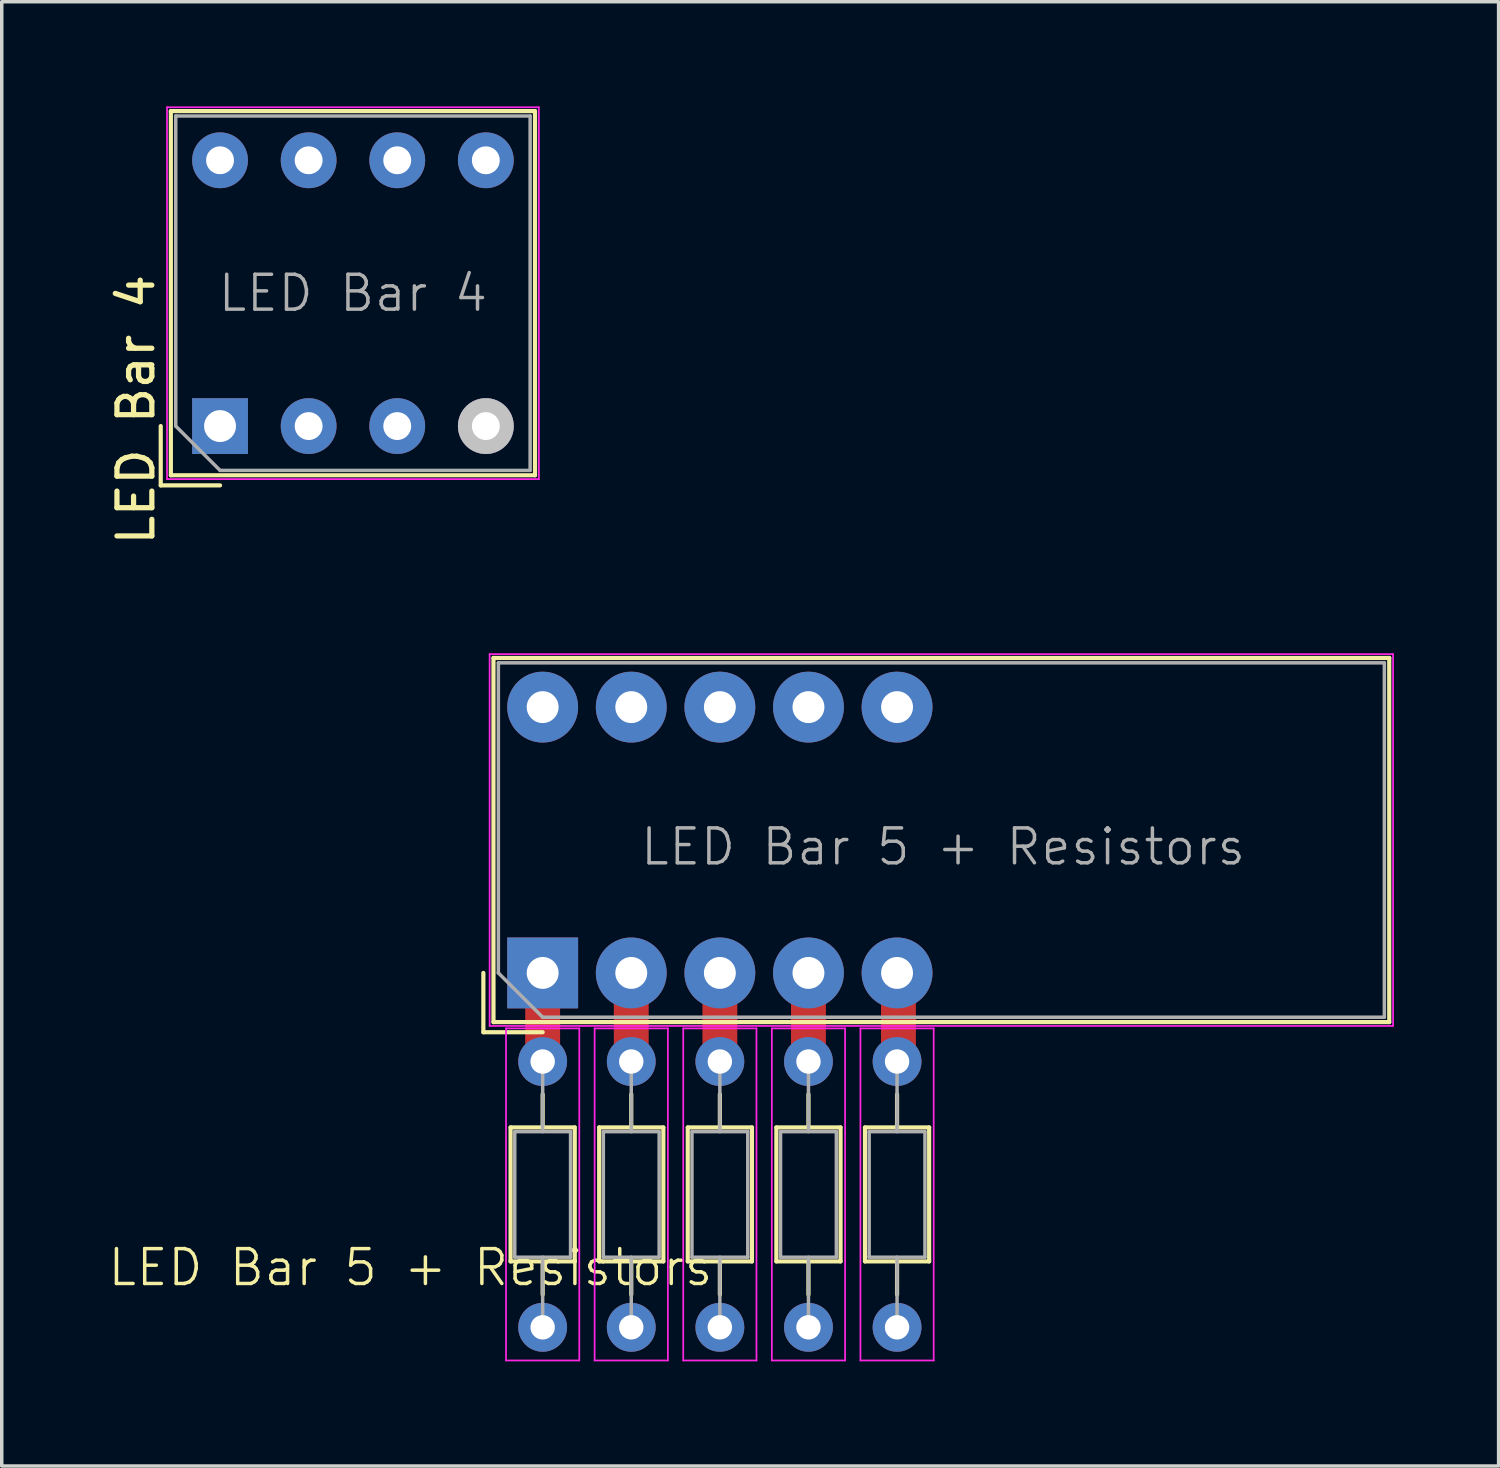
<source format=kicad_pcb>
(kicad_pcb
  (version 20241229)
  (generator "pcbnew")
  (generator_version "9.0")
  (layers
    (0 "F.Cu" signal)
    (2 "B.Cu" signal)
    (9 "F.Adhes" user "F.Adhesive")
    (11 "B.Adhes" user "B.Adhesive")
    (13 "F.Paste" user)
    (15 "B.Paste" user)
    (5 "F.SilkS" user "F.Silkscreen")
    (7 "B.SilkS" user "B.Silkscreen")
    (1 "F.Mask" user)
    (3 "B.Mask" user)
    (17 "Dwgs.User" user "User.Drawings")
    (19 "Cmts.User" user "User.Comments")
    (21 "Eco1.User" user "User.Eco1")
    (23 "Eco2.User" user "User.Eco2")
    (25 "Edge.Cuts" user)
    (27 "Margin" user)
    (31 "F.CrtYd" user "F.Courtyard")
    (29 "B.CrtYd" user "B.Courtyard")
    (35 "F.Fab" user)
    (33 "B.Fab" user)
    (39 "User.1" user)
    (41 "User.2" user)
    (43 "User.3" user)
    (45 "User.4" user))
  (footprint "LED Bar 4"
    (layer "F.Cu")
    (at 3.258 9.165)
    (property "Reference" "LED Bar 4" (at -2.41 -0.47 90) (layer "F.SilkS") (effects (font (size 1 1) (thickness 0.15))))
    (attr through_hole)
    (fp_line (start -1.7 0) (end -1.7 1.7) (stroke (width 0.12) (type solid)) (layer "F.SilkS"))
    (fp_line (start -1.7 1.7) (end 0 1.7) (stroke (width 0.12) (type solid)) (layer "F.SilkS"))
    (fp_line (start -1.41 -9.03) (end 9.03 -9.03) (stroke (width 0.12) (type solid)) (layer "F.SilkS"))
    (fp_line (start -1.41 1.41) (end -1.41 -9.03) (stroke (width 0.12) (type solid)) (layer "F.SilkS"))
    (fp_line (start 9.03 -9.03) (end 9.03 1.41) (stroke (width 0.12) (type solid)) (layer "F.SilkS"))
    (fp_line (start 9.03 1.41) (end -1.41 1.41) (stroke (width 0.12) (type solid)) (layer "F.SilkS"))
    (fp_line (start -1.52 1.52) (end -1.52 -9.14) (stroke (width 0.05) (type solid)) (layer "F.CrtYd"))
    (fp_line (start -1.52 1.52) (end 9.14 1.52) (stroke (width 0.05) (type solid)) (layer "F.CrtYd"))
    (fp_line (start 9.14 -9.14) (end -1.52 -9.14) (stroke (width 0.05) (type solid)) (layer "F.CrtYd"))
    (fp_line (start 9.14 1.52) (end 9.14 -9.14) (stroke (width 0.05) (type solid)) (layer "F.CrtYd"))
    (fp_line (start -1.27 -8.89) (end 8.89 -8.89) (stroke (width 0.1) (type solid)) (layer "F.Fab"))
    (fp_line (start -1.27 0) (end -1.27 -8.89) (stroke (width 0.1) (type solid)) (layer "F.Fab"))
    (fp_line (start -1.27 0) (end 0 1.27) (stroke (width 0.1) (type solid)) (layer "F.Fab"))
    (fp_line (start 0 1.27) (end 8.89 1.27) (stroke (width 0.1) (type solid)) (layer "F.Fab"))
    (fp_line (start 8.89 1.27) (end 8.89 -8.89) (stroke (width 0.1) (type solid)) (layer "F.Fab"))
    (fp_text user "${REFERENCE}" (at 3.81 -3.81 180) (layer "F.Fab") (effects (font (size 1 1) (thickness 0.1))))
    (pad "1" thru_hole rect (at 0 0 90) (size 1.6 1.6) (drill 0.914) (layers "*.Cu" "*.Mask"))
    (pad "2" thru_hole oval (at 2.54 0) (size 1.6 1.6) (drill 0.8) (layers "*.Cu" "*.Mask"))
    (pad "3" thru_hole oval (at 5.08 0) (size 1.6 1.6) (drill 0.8) (layers "*.Cu" "*.Mask"))
    (pad "4" thru_hole oval (at 7.62 0) (size 1.6 1.6) (drill 0.8) (layers "*.Cu" "*.Mask" "Dwgs.User"))
    (pad "17" thru_hole oval (at 7.62 -7.62) (size 1.6 1.6) (drill 0.8) (layers "*.Cu" "*.Mask"))
    (pad "18" thru_hole circle (at 5.08 -7.62) (size 1.6 1.6) (drill 0.8) (layers "*.Cu" "*.Mask"))
    (pad "19" thru_hole circle (at 2.54 -7.62) (size 1.6 1.6) (drill 0.8) (layers "*.Cu" "*.Mask"))
    (pad "20" thru_hole circle (at 0 -7.62) (size 1.6 1.6) (drill 0.8) (layers "*.Cu" "*.Mask")))
  (footprint "LED Bar 5 + Resistors"
    (layer "F.Cu")
    (at 23.937 26.177)
    (property "Reference" "LED Bar 5 + Resistors" (at -15.22 7.11 0) (unlocked yes) (layer "F.SilkS") (effects (font (size 1 1) (thickness 0.1))))
    (attr through_hole)
    (fp_line (start -13.13 -1.335) (end -13.13 0.365) (stroke (width 0.12) (type solid)) (layer "F.SilkS"))
    (fp_line (start -13.13 0.365) (end -11.43 0.365) (stroke (width 0.12) (type solid)) (layer "F.SilkS"))
    (fp_line (start -12.84 -10.365) (end 12.84 -10.365) (stroke (width 0.12) (type solid)) (layer "F.SilkS"))
    (fp_line (start -12.84 0.075) (end -12.84 -10.365) (stroke (width 0.12) (type solid)) (layer "F.SilkS"))
    (fp_line (start -12.35 3.095) (end -12.35 6.935) (stroke (width 0.12) (type solid)) (layer "F.SilkS"))
    (fp_line (start -12.35 6.935) (end -10.51 6.935) (stroke (width 0.12) (type solid)) (layer "F.SilkS"))
    (fp_line (start -11.43 2.145) (end -11.43 3.095) (stroke (width 0.12) (type solid)) (layer "F.SilkS"))
    (fp_line (start -11.43 7.885) (end -11.43 6.935) (stroke (width 0.12) (type solid)) (layer "F.SilkS"))
    (fp_line (start -10.51 3.095) (end -12.35 3.095) (stroke (width 0.12) (type solid)) (layer "F.SilkS"))
    (fp_line (start -10.51 6.935) (end -10.51 3.095) (stroke (width 0.12) (type solid)) (layer "F.SilkS"))
    (fp_line (start -9.81 3.095) (end -9.81 6.935) (stroke (width 0.12) (type solid)) (layer "F.SilkS"))
    (fp_line (start -9.81 6.935) (end -7.97 6.935) (stroke (width 0.12) (type solid)) (layer "F.SilkS"))
    (fp_line (start -8.89 2.145) (end -8.89 3.095) (stroke (width 0.12) (type solid)) (layer "F.SilkS"))
    (fp_line (start -8.89 7.885) (end -8.89 6.935) (stroke (width 0.12) (type solid)) (layer "F.SilkS"))
    (fp_line (start -7.97 3.095) (end -9.81 3.095) (stroke (width 0.12) (type solid)) (layer "F.SilkS"))
    (fp_line (start -7.97 6.935) (end -7.97 3.095) (stroke (width 0.12) (type solid)) (layer "F.SilkS"))
    (fp_line (start -7.27 3.095) (end -7.27 6.935) (stroke (width 0.12) (type solid)) (layer "F.SilkS"))
    (fp_line (start -7.27 6.935) (end -5.43 6.935) (stroke (width 0.12) (type solid)) (layer "F.SilkS"))
    (fp_line (start -6.35 2.145) (end -6.35 3.095) (stroke (width 0.12) (type solid)) (layer "F.SilkS"))
    (fp_line (start -6.35 7.885) (end -6.35 6.935) (stroke (width 0.12) (type solid)) (layer "F.SilkS"))
    (fp_line (start -5.43 3.095) (end -7.27 3.095) (stroke (width 0.12) (type solid)) (layer "F.SilkS"))
    (fp_line (start -5.43 6.935) (end -5.43 3.095) (stroke (width 0.12) (type solid)) (layer "F.SilkS"))
    (fp_line (start -4.73 3.095) (end -4.73 6.935) (stroke (width 0.12) (type solid)) (layer "F.SilkS"))
    (fp_line (start -4.73 6.935) (end -2.89 6.935) (stroke (width 0.12) (type solid)) (layer "F.SilkS"))
    (fp_line (start -3.81 2.145) (end -3.81 3.095) (stroke (width 0.12) (type solid)) (layer "F.SilkS"))
    (fp_line (start -3.81 7.885) (end -3.81 6.935) (stroke (width 0.12) (type solid)) (layer "F.SilkS"))
    (fp_line (start -2.89 3.095) (end -4.73 3.095) (stroke (width 0.12) (type solid)) (layer "F.SilkS"))
    (fp_line (start -2.89 6.935) (end -2.89 3.095) (stroke (width 0.12) (type solid)) (layer "F.SilkS"))
    (fp_line (start -2.19 3.095) (end -2.19 6.935) (stroke (width 0.12) (type solid)) (layer "F.SilkS"))
    (fp_line (start -2.19 6.935) (end -0.35 6.935) (stroke (width 0.12) (type solid)) (layer "F.SilkS"))
    (fp_line (start -1.27 2.145) (end -1.27 3.095) (stroke (width 0.12) (type solid)) (layer "F.SilkS"))
    (fp_line (start -1.27 7.885) (end -1.27 6.935) (stroke (width 0.12) (type solid)) (layer "F.SilkS"))
    (fp_line (start -0.35 3.095) (end -2.19 3.095) (stroke (width 0.12) (type solid)) (layer "F.SilkS"))
    (fp_line (start -0.35 6.935) (end -0.35 3.095) (stroke (width 0.12) (type solid)) (layer "F.SilkS"))
    (fp_line (start 12.84 -10.365) (end 12.84 0.075) (stroke (width 0.12) (type solid)) (layer "F.SilkS"))
    (fp_line (start 12.84 0.075) (end -12.84 0.075) (stroke (width 0.12) (type solid)) (layer "F.SilkS"))
    (fp_line (start -12.95 0.185) (end -12.95 -10.475) (stroke (width 0.05) (type solid)) (layer "F.CrtYd"))
    (fp_line (start -12.95 0.185) (end 12.95 0.185) (stroke (width 0.05) (type solid)) (layer "F.CrtYd"))
    (fp_line (start -12.48 0.255) (end -12.48 9.775) (stroke (width 0.05) (type solid)) (layer "F.CrtYd"))
    (fp_line (start -12.48 9.775) (end -10.38 9.775) (stroke (width 0.05) (type solid)) (layer "F.CrtYd"))
    (fp_line (start -10.38 0.255) (end -12.48 0.255) (stroke (width 0.05) (type solid)) (layer "F.CrtYd"))
    (fp_line (start -10.38 9.775) (end -10.38 0.255) (stroke (width 0.05) (type solid)) (layer "F.CrtYd"))
    (fp_line (start -9.94 0.255) (end -9.94 9.775) (stroke (width 0.05) (type solid)) (layer "F.CrtYd"))
    (fp_line (start -9.94 9.775) (end -7.84 9.775) (stroke (width 0.05) (type solid)) (layer "F.CrtYd"))
    (fp_line (start -7.84 0.255) (end -9.94 0.255) (stroke (width 0.05) (type solid)) (layer "F.CrtYd"))
    (fp_line (start -7.84 9.775) (end -7.84 0.255) (stroke (width 0.05) (type solid)) (layer "F.CrtYd"))
    (fp_line (start -7.4 0.255) (end -7.4 9.775) (stroke (width 0.05) (type solid)) (layer "F.CrtYd"))
    (fp_line (start -7.4 9.775) (end -5.3 9.775) (stroke (width 0.05) (type solid)) (layer "F.CrtYd"))
    (fp_line (start -5.3 0.255) (end -7.4 0.255) (stroke (width 0.05) (type solid)) (layer "F.CrtYd"))
    (fp_line (start -5.3 9.775) (end -5.3 0.255) (stroke (width 0.05) (type solid)) (layer "F.CrtYd"))
    (fp_line (start -4.86 0.255) (end -4.86 9.775) (stroke (width 0.05) (type solid)) (layer "F.CrtYd"))
    (fp_line (start -4.86 9.775) (end -2.76 9.775) (stroke (width 0.05) (type solid)) (layer "F.CrtYd"))
    (fp_line (start -2.76 0.255) (end -4.86 0.255) (stroke (width 0.05) (type solid)) (layer "F.CrtYd"))
    (fp_line (start -2.76 9.775) (end -2.76 0.255) (stroke (width 0.05) (type solid)) (layer "F.CrtYd"))
    (fp_line (start -2.32 0.255) (end -2.32 9.775) (stroke (width 0.05) (type solid)) (layer "F.CrtYd"))
    (fp_line (start -2.32 9.775) (end -0.22 9.775) (stroke (width 0.05) (type solid)) (layer "F.CrtYd"))
    (fp_line (start -0.22 0.255) (end -2.32 0.255) (stroke (width 0.05) (type solid)) (layer "F.CrtYd"))
    (fp_line (start -0.22 9.775) (end -0.22 0.255) (stroke (width 0.05) (type solid)) (layer "F.CrtYd"))
    (fp_line (start 12.95 -10.475) (end -12.95 -10.475) (stroke (width 0.05) (type solid)) (layer "F.CrtYd"))
    (fp_line (start 12.95 0.185) (end 12.95 -10.475) (stroke (width 0.05) (type solid)) (layer "F.CrtYd"))
    (fp_line (start -12.7 -10.225) (end 12.7 -10.225) (stroke (width 0.1) (type solid)) (layer "F.Fab"))
    (fp_line (start -12.7 -1.335) (end -12.7 -10.225) (stroke (width 0.1) (type solid)) (layer "F.Fab"))
    (fp_line (start -12.7 -1.335) (end -11.43 -0.065) (stroke (width 0.1) (type solid)) (layer "F.Fab"))
    (fp_line (start -12.23 3.215) (end -12.23 6.815) (stroke (width 0.1) (type solid)) (layer "F.Fab"))
    (fp_line (start -12.23 6.815) (end -10.63 6.815) (stroke (width 0.1) (type solid)) (layer "F.Fab"))
    (fp_line (start -11.43 -0.065) (end 12.7 -0.065) (stroke (width 0.1) (type solid)) (layer "F.Fab"))
    (fp_line (start -11.43 1.205) (end -11.43 3.215) (stroke (width 0.1) (type solid)) (layer "F.Fab"))
    (fp_line (start -11.43 8.825) (end -11.43 6.815) (stroke (width 0.1) (type solid)) (layer "F.Fab"))
    (fp_line (start -10.63 3.215) (end -12.23 3.215) (stroke (width 0.1) (type solid)) (layer "F.Fab"))
    (fp_line (start -10.63 6.815) (end -10.63 3.215) (stroke (width 0.1) (type solid)) (layer "F.Fab"))
    (fp_line (start -9.69 3.215) (end -9.69 6.815) (stroke (width 0.1) (type solid)) (layer "F.Fab"))
    (fp_line (start -9.69 6.815) (end -8.09 6.815) (stroke (width 0.1) (type solid)) (layer "F.Fab"))
    (fp_line (start -8.89 1.205) (end -8.89 3.215) (stroke (width 0.1) (type solid)) (layer "F.Fab"))
    (fp_line (start -8.89 8.825) (end -8.89 6.815) (stroke (width 0.1) (type solid)) (layer "F.Fab"))
    (fp_line (start -8.09 3.215) (end -9.69 3.215) (stroke (width 0.1) (type solid)) (layer "F.Fab"))
    (fp_line (start -8.09 6.815) (end -8.09 3.215) (stroke (width 0.1) (type solid)) (layer "F.Fab"))
    (fp_line (start -7.15 3.215) (end -7.15 6.815) (stroke (width 0.1) (type solid)) (layer "F.Fab"))
    (fp_line (start -7.15 6.815) (end -5.55 6.815) (stroke (width 0.1) (type solid)) (layer "F.Fab"))
    (fp_line (start -6.35 1.205) (end -6.35 3.215) (stroke (width 0.1) (type solid)) (layer "F.Fab"))
    (fp_line (start -6.35 8.825) (end -6.35 6.815) (stroke (width 0.1) (type solid)) (layer "F.Fab"))
    (fp_line (start -5.55 3.215) (end -7.15 3.215) (stroke (width 0.1) (type solid)) (layer "F.Fab"))
    (fp_line (start -5.55 6.815) (end -5.55 3.215) (stroke (width 0.1) (type solid)) (layer "F.Fab"))
    (fp_line (start -4.61 3.215) (end -4.61 6.815) (stroke (width 0.1) (type solid)) (layer "F.Fab"))
    (fp_line (start -4.61 6.815) (end -3.01 6.815) (stroke (width 0.1) (type solid)) (layer "F.Fab"))
    (fp_line (start -3.81 1.205) (end -3.81 3.215) (stroke (width 0.1) (type solid)) (layer "F.Fab"))
    (fp_line (start -3.81 8.825) (end -3.81 6.815) (stroke (width 0.1) (type solid)) (layer "F.Fab"))
    (fp_line (start -3.01 3.215) (end -4.61 3.215) (stroke (width 0.1) (type solid)) (layer "F.Fab"))
    (fp_line (start -3.01 6.815) (end -3.01 3.215) (stroke (width 0.1) (type solid)) (layer "F.Fab"))
    (fp_line (start -2.07 3.215) (end -2.07 6.815) (stroke (width 0.1) (type solid)) (layer "F.Fab"))
    (fp_line (start -2.07 6.815) (end -0.47 6.815) (stroke (width 0.1) (type solid)) (layer "F.Fab"))
    (fp_line (start -1.27 1.205) (end -1.27 3.215) (stroke (width 0.1) (type solid)) (layer "F.Fab"))
    (fp_line (start -1.27 8.825) (end -1.27 6.815) (stroke (width 0.1) (type solid)) (layer "F.Fab"))
    (fp_line (start -0.47 3.215) (end -2.07 3.215) (stroke (width 0.1) (type solid)) (layer "F.Fab"))
    (fp_line (start -0.47 6.815) (end -0.47 3.215) (stroke (width 0.1) (type solid)) (layer "F.Fab"))
    (fp_line (start 12.7 -0.065) (end 12.7 -10.225) (stroke (width 0.1) (type solid)) (layer "F.Fab"))
    (fp_text user "${REFERENCE}" (at 0.05 -4.95 180) (layer "F.Fab") (effects (font (size 1 1) (thickness 0.1))))
    (pad "" thru_hole rect (at -11.43 -1.335) (size 2.032 2.032) (drill 0.914) (layers "*.Cu" "*.Mask"))
    (pad "" smd rect (at -11.43 0.01) (size 1 1.6) (layers "F.Cu" "F.Mask" "F.Paste"))
    (pad "" thru_hole circle (at -11.43 1.205 270) (size 1.4 1.4) (drill 0.7) (layers "*.Cu" "*.Mask"))
    (pad "" thru_hole circle (at -8.89 -1.335) (size 2.032 2.032) (drill 0.914) (layers "*.Cu" "*.Mask"))
    (pad "" smd rect (at -8.89 0.01) (size 1 1.6) (layers "F.Cu" "F.Mask" "F.Paste"))
    (pad "" thru_hole circle (at -8.89 1.205 270) (size 1.4 1.4) (drill 0.7) (layers "*.Cu" "*.Mask"))
    (pad "" thru_hole circle (at -6.35 -1.335) (size 2.032 2.032) (drill 0.914) (layers "*.Cu" "*.Mask"))
    (pad "" smd rect (at -6.35 0.01) (size 1 1.6) (layers "F.Cu" "F.Mask" "F.Paste"))
    (pad "" thru_hole circle (at -6.35 1.205 270) (size 1.4 1.4) (drill 0.7) (layers "*.Cu" "*.Mask"))
    (pad "" thru_hole circle (at -3.81 -1.335) (size 2.032 2.032) (drill 0.914) (layers "*.Cu" "*.Mask"))
    (pad "" smd rect (at -3.81 0.01) (size 1 1.6) (layers "F.Cu" "F.Mask" "F.Paste"))
    (pad "" thru_hole circle (at -3.81 1.205 270) (size 1.4 1.4) (drill 0.7) (layers "*.Cu" "*.Mask"))
    (pad "" thru_hole circle (at -1.27 -1.335) (size 2.032 2.032) (drill 0.914) (layers "*.Cu" "*.Mask"))
    (pad "" thru_hole circle (at -1.27 1.205 270) (size 1.4 1.4) (drill 0.7) (layers "*.Cu" "*.Mask"))
    (pad "" smd rect (at -1.23 0.01) (size 1 1.6) (layers "F.Cu" "F.Mask" "F.Paste"))
    (pad "1" thru_hole oval (at -11.43 8.825 270) (size 1.4 1.4) (drill 0.7) (layers "*.Cu" "*.Mask"))
    (pad "2" thru_hole oval (at -8.89 8.825 270) (size 1.4 1.4) (drill 0.7) (layers "*.Cu" "*.Mask"))
    (pad "3" thru_hole oval (at -6.35 8.825 270) (size 1.4 1.4) (drill 0.7) (layers "*.Cu" "*.Mask"))
    (pad "4" thru_hole oval (at -3.81 8.825 270) (size 1.4 1.4) (drill 0.7) (layers "*.Cu" "*.Mask"))
    (pad "5" thru_hole oval (at -1.27 8.825 270) (size 1.4 1.4) (drill 0.7) (layers "*.Cu" "*.Mask"))
    (pad "16" thru_hole circle (at -1.27 -8.955) (size 2.032 2.032) (drill 0.914) (layers "*.Cu" "*.Mask"))
    (pad "17" thru_hole circle (at -3.81 -8.955) (size 2.032 2.032) (drill 0.914) (layers "*.Cu" "*.Mask"))
    (pad "18" thru_hole circle (at -6.35 -8.955) (size 2.032 2.032) (drill 0.914) (layers "*.Cu" "*.Mask"))
    (pad "19" thru_hole circle (at -8.89 -8.955) (size 2.032 2.032) (drill 0.914) (layers "*.Cu" "*.Mask"))
    (pad "20" thru_hole circle (at -11.43 -8.955) (size 2.032 2.032) (drill 0.914) (layers "*.Cu" "*.Mask")))
  (gr_rect
    (start -3 -3)
    (end 39.912 38.977)
    (stroke (width 0.1) (type default))
    (fill no)
    (layer "Edge.Cuts")))
</source>
